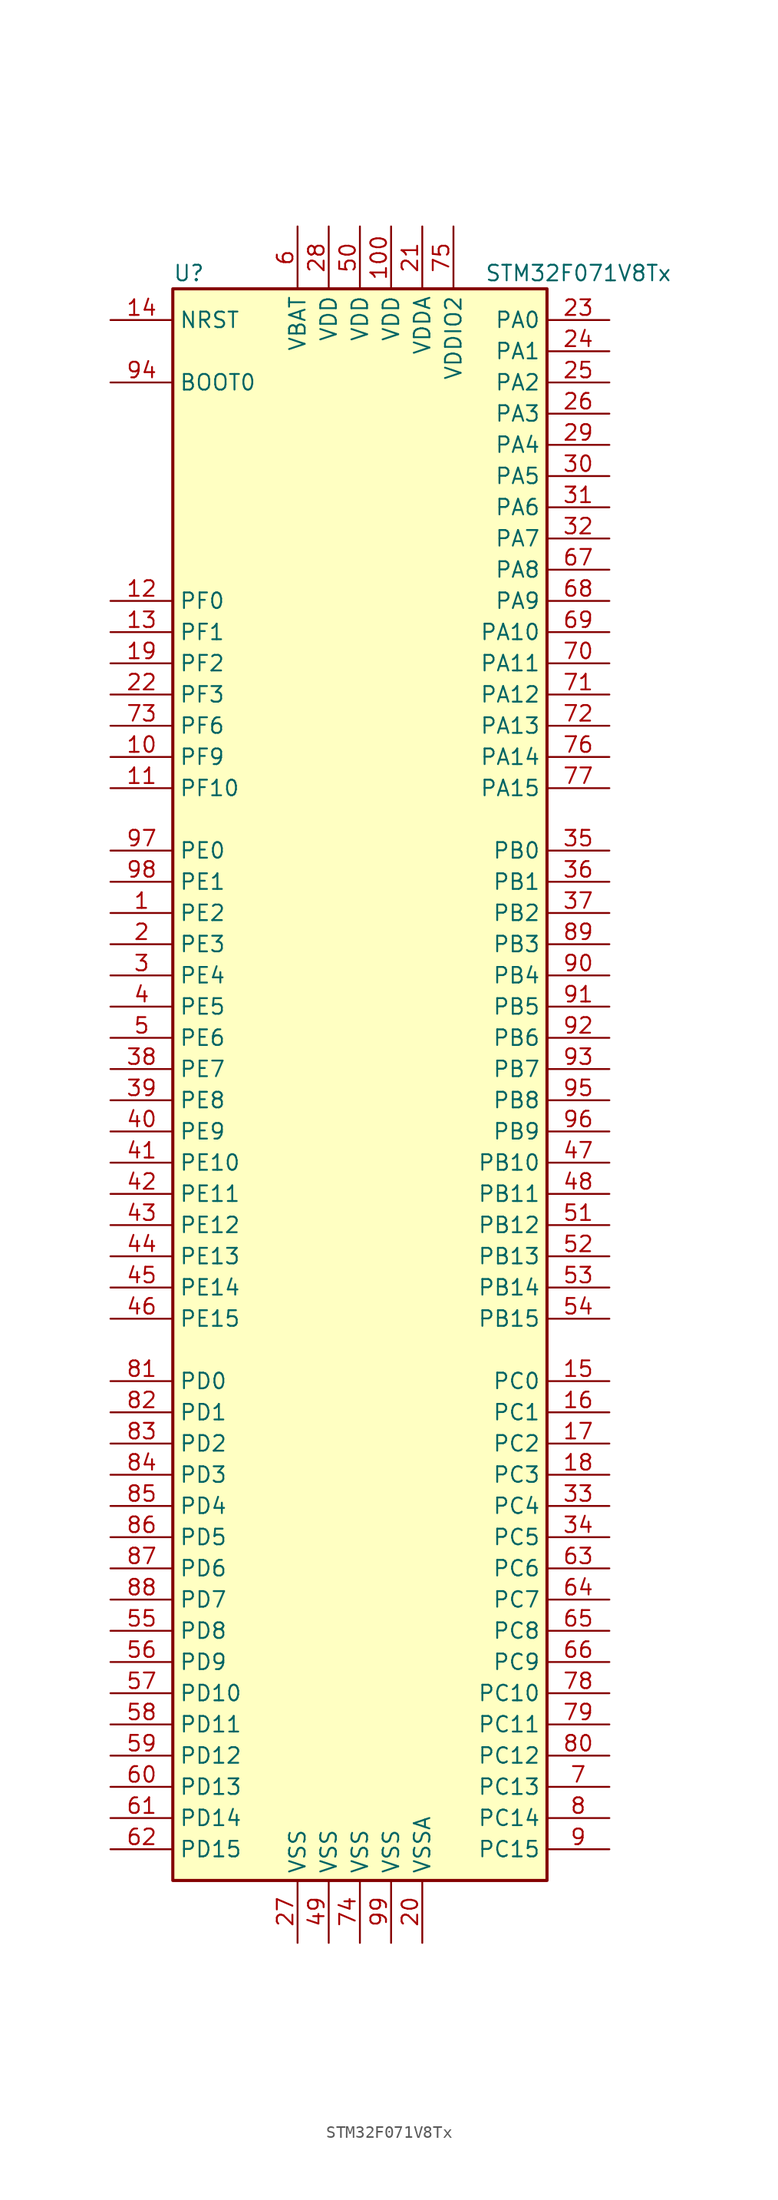
<source format=kicad_sym>
(kicad_symbol_lib
  (version 20201005)
  (generator kicad_symbol_editor)
  (symbol "STM32F071V8Tx"
    (property "Reference" "U"
      (at -15.24 64.77 0)
      (effects (font (size 1.27 1.27)) (justify left)))
    (property "Value" "STM32F071V8Tx"
      (at 10.16 64.77 0)
      (effects (font (size 1.27 1.27)) (justify left)))
    (symbol "STM32F071V8Tx_0_1"
      (rectangle (start -15.24 -66.04) (end 15.24 63.5) (stroke (width 0.254)) (fill (type background))))
    (symbol "STM32F071V8Tx_1_1"
      (pin input line (at -20.32 55.88 0) (length 5.08) (name "BOOT0" (effects (font (size 1.27 1.27)))) (number "94" (effects (font (size 1.27 1.27)))))
      (pin input line (at -20.32 60.96 0) (length 5.08) (name "NRST" (effects (font (size 1.27 1.27)))) (number "14" (effects (font (size 1.27 1.27)))))
      (pin bidirectional line (at 20.32 60.96 180) (length 5.08) (name "PA0" (effects (font (size 1.27 1.27)))) (number "23" (effects (font (size 1.27 1.27)))))
      (pin bidirectional line (at 20.32 58.42 180) (length 5.08) (name "PA1" (effects (font (size 1.27 1.27)))) (number "24" (effects (font (size 1.27 1.27)))))
      (pin bidirectional line (at 20.32 35.56 180) (length 5.08) (name "PA10" (effects (font (size 1.27 1.27)))) (number "69" (effects (font (size 1.27 1.27)))))
      (pin bidirectional line (at 20.32 33.02 180) (length 5.08) (name "PA11" (effects (font (size 1.27 1.27)))) (number "70" (effects (font (size 1.27 1.27)))))
      (pin bidirectional line (at 20.32 30.48 180) (length 5.08) (name "PA12" (effects (font (size 1.27 1.27)))) (number "71" (effects (font (size 1.27 1.27)))))
      (pin bidirectional line (at 20.32 27.94 180) (length 5.08) (name "PA13" (effects (font (size 1.27 1.27)))) (number "72" (effects (font (size 1.27 1.27)))))
      (pin bidirectional line (at 20.32 25.4 180) (length 5.08) (name "PA14" (effects (font (size 1.27 1.27)))) (number "76" (effects (font (size 1.27 1.27)))))
      (pin bidirectional line (at 20.32 22.86 180) (length 5.08) (name "PA15" (effects (font (size 1.27 1.27)))) (number "77" (effects (font (size 1.27 1.27)))))
      (pin bidirectional line (at 20.32 55.88 180) (length 5.08) (name "PA2" (effects (font (size 1.27 1.27)))) (number "25" (effects (font (size 1.27 1.27)))))
      (pin bidirectional line (at 20.32 53.34 180) (length 5.08) (name "PA3" (effects (font (size 1.27 1.27)))) (number "26" (effects (font (size 1.27 1.27)))))
      (pin bidirectional line (at 20.32 50.8 180) (length 5.08) (name "PA4" (effects (font (size 1.27 1.27)))) (number "29" (effects (font (size 1.27 1.27)))))
      (pin bidirectional line (at 20.32 48.26 180) (length 5.08) (name "PA5" (effects (font (size 1.27 1.27)))) (number "30" (effects (font (size 1.27 1.27)))))
      (pin bidirectional line (at 20.32 45.72 180) (length 5.08) (name "PA6" (effects (font (size 1.27 1.27)))) (number "31" (effects (font (size 1.27 1.27)))))
      (pin bidirectional line (at 20.32 43.18 180) (length 5.08) (name "PA7" (effects (font (size 1.27 1.27)))) (number "32" (effects (font (size 1.27 1.27)))))
      (pin bidirectional line (at 20.32 40.64 180) (length 5.08) (name "PA8" (effects (font (size 1.27 1.27)))) (number "67" (effects (font (size 1.27 1.27)))))
      (pin bidirectional line (at 20.32 38.1 180) (length 5.08) (name "PA9" (effects (font (size 1.27 1.27)))) (number "68" (effects (font (size 1.27 1.27)))))
      (pin bidirectional line (at 20.32 17.78 180) (length 5.08) (name "PB0" (effects (font (size 1.27 1.27)))) (number "35" (effects (font (size 1.27 1.27)))))
      (pin bidirectional line (at 20.32 15.24 180) (length 5.08) (name "PB1" (effects (font (size 1.27 1.27)))) (number "36" (effects (font (size 1.27 1.27)))))
      (pin bidirectional line (at 20.32 -7.62 180) (length 5.08) (name "PB10" (effects (font (size 1.27 1.27)))) (number "47" (effects (font (size 1.27 1.27)))))
      (pin bidirectional line (at 20.32 -10.16 180) (length 5.08) (name "PB11" (effects (font (size 1.27 1.27)))) (number "48" (effects (font (size 1.27 1.27)))))
      (pin bidirectional line (at 20.32 -12.7 180) (length 5.08) (name "PB12" (effects (font (size 1.27 1.27)))) (number "51" (effects (font (size 1.27 1.27)))))
      (pin bidirectional line (at 20.32 -15.24 180) (length 5.08) (name "PB13" (effects (font (size 1.27 1.27)))) (number "52" (effects (font (size 1.27 1.27)))))
      (pin bidirectional line (at 20.32 -17.78 180) (length 5.08) (name "PB14" (effects (font (size 1.27 1.27)))) (number "53" (effects (font (size 1.27 1.27)))))
      (pin bidirectional line (at 20.32 -20.32 180) (length 5.08) (name "PB15" (effects (font (size 1.27 1.27)))) (number "54" (effects (font (size 1.27 1.27)))))
      (pin bidirectional line (at 20.32 12.7 180) (length 5.08) (name "PB2" (effects (font (size 1.27 1.27)))) (number "37" (effects (font (size 1.27 1.27)))))
      (pin bidirectional line (at 20.32 10.16 180) (length 5.08) (name "PB3" (effects (font (size 1.27 1.27)))) (number "89" (effects (font (size 1.27 1.27)))))
      (pin bidirectional line (at 20.32 7.62 180) (length 5.08) (name "PB4" (effects (font (size 1.27 1.27)))) (number "90" (effects (font (size 1.27 1.27)))))
      (pin bidirectional line (at 20.32 5.08 180) (length 5.08) (name "PB5" (effects (font (size 1.27 1.27)))) (number "91" (effects (font (size 1.27 1.27)))))
      (pin bidirectional line (at 20.32 2.54 180) (length 5.08) (name "PB6" (effects (font (size 1.27 1.27)))) (number "92" (effects (font (size 1.27 1.27)))))
      (pin bidirectional line (at 20.32 0 180) (length 5.08) (name "PB7" (effects (font (size 1.27 1.27)))) (number "93" (effects (font (size 1.27 1.27)))))
      (pin bidirectional line (at 20.32 -2.54 180) (length 5.08) (name "PB8" (effects (font (size 1.27 1.27)))) (number "95" (effects (font (size 1.27 1.27)))))
      (pin bidirectional line (at 20.32 -5.08 180) (length 5.08) (name "PB9" (effects (font (size 1.27 1.27)))) (number "96" (effects (font (size 1.27 1.27)))))
      (pin bidirectional line (at 20.32 -25.4 180) (length 5.08) (name "PC0" (effects (font (size 1.27 1.27)))) (number "15" (effects (font (size 1.27 1.27)))))
      (pin bidirectional line (at 20.32 -27.94 180) (length 5.08) (name "PC1" (effects (font (size 1.27 1.27)))) (number "16" (effects (font (size 1.27 1.27)))))
      (pin bidirectional line (at 20.32 -50.8 180) (length 5.08) (name "PC10" (effects (font (size 1.27 1.27)))) (number "78" (effects (font (size 1.27 1.27)))))
      (pin bidirectional line (at 20.32 -53.34 180) (length 5.08) (name "PC11" (effects (font (size 1.27 1.27)))) (number "79" (effects (font (size 1.27 1.27)))))
      (pin bidirectional line (at 20.32 -55.88 180) (length 5.08) (name "PC12" (effects (font (size 1.27 1.27)))) (number "80" (effects (font (size 1.27 1.27)))))
      (pin bidirectional line (at 20.32 -58.42 180) (length 5.08) (name "PC13" (effects (font (size 1.27 1.27)))) (number "7" (effects (font (size 1.27 1.27)))))
      (pin bidirectional line (at 20.32 -60.96 180) (length 5.08) (name "PC14" (effects (font (size 1.27 1.27)))) (number "8" (effects (font (size 1.27 1.27)))))
      (pin bidirectional line (at 20.32 -63.5 180) (length 5.08) (name "PC15" (effects (font (size 1.27 1.27)))) (number "9" (effects (font (size 1.27 1.27)))))
      (pin bidirectional line (at 20.32 -30.48 180) (length 5.08) (name "PC2" (effects (font (size 1.27 1.27)))) (number "17" (effects (font (size 1.27 1.27)))))
      (pin bidirectional line (at 20.32 -33.02 180) (length 5.08) (name "PC3" (effects (font (size 1.27 1.27)))) (number "18" (effects (font (size 1.27 1.27)))))
      (pin bidirectional line (at 20.32 -35.56 180) (length 5.08) (name "PC4" (effects (font (size 1.27 1.27)))) (number "33" (effects (font (size 1.27 1.27)))))
      (pin bidirectional line (at 20.32 -38.1 180) (length 5.08) (name "PC5" (effects (font (size 1.27 1.27)))) (number "34" (effects (font (size 1.27 1.27)))))
      (pin bidirectional line (at 20.32 -40.64 180) (length 5.08) (name "PC6" (effects (font (size 1.27 1.27)))) (number "63" (effects (font (size 1.27 1.27)))))
      (pin bidirectional line (at 20.32 -43.18 180) (length 5.08) (name "PC7" (effects (font (size 1.27 1.27)))) (number "64" (effects (font (size 1.27 1.27)))))
      (pin bidirectional line (at 20.32 -45.72 180) (length 5.08) (name "PC8" (effects (font (size 1.27 1.27)))) (number "65" (effects (font (size 1.27 1.27)))))
      (pin bidirectional line (at 20.32 -48.26 180) (length 5.08) (name "PC9" (effects (font (size 1.27 1.27)))) (number "66" (effects (font (size 1.27 1.27)))))
      (pin bidirectional line (at -20.32 -25.4 0) (length 5.08) (name "PD0" (effects (font (size 1.27 1.27)))) (number "81" (effects (font (size 1.27 1.27)))))
      (pin bidirectional line (at -20.32 -27.94 0) (length 5.08) (name "PD1" (effects (font (size 1.27 1.27)))) (number "82" (effects (font (size 1.27 1.27)))))
      (pin bidirectional line (at -20.32 -50.8 0) (length 5.08) (name "PD10" (effects (font (size 1.27 1.27)))) (number "57" (effects (font (size 1.27 1.27)))))
      (pin bidirectional line (at -20.32 -53.34 0) (length 5.08) (name "PD11" (effects (font (size 1.27 1.27)))) (number "58" (effects (font (size 1.27 1.27)))))
      (pin bidirectional line (at -20.32 -55.88 0) (length 5.08) (name "PD12" (effects (font (size 1.27 1.27)))) (number "59" (effects (font (size 1.27 1.27)))))
      (pin bidirectional line (at -20.32 -58.42 0) (length 5.08) (name "PD13" (effects (font (size 1.27 1.27)))) (number "60" (effects (font (size 1.27 1.27)))))
      (pin bidirectional line (at -20.32 -60.96 0) (length 5.08) (name "PD14" (effects (font (size 1.27 1.27)))) (number "61" (effects (font (size 1.27 1.27)))))
      (pin bidirectional line (at -20.32 -63.5 0) (length 5.08) (name "PD15" (effects (font (size 1.27 1.27)))) (number "62" (effects (font (size 1.27 1.27)))))
      (pin bidirectional line (at -20.32 -30.48 0) (length 5.08) (name "PD2" (effects (font (size 1.27 1.27)))) (number "83" (effects (font (size 1.27 1.27)))))
      (pin bidirectional line (at -20.32 -33.02 0) (length 5.08) (name "PD3" (effects (font (size 1.27 1.27)))) (number "84" (effects (font (size 1.27 1.27)))))
      (pin bidirectional line (at -20.32 -35.56 0) (length 5.08) (name "PD4" (effects (font (size 1.27 1.27)))) (number "85" (effects (font (size 1.27 1.27)))))
      (pin bidirectional line (at -20.32 -38.1 0) (length 5.08) (name "PD5" (effects (font (size 1.27 1.27)))) (number "86" (effects (font (size 1.27 1.27)))))
      (pin bidirectional line (at -20.32 -40.64 0) (length 5.08) (name "PD6" (effects (font (size 1.27 1.27)))) (number "87" (effects (font (size 1.27 1.27)))))
      (pin bidirectional line (at -20.32 -43.18 0) (length 5.08) (name "PD7" (effects (font (size 1.27 1.27)))) (number "88" (effects (font (size 1.27 1.27)))))
      (pin bidirectional line (at -20.32 -45.72 0) (length 5.08) (name "PD8" (effects (font (size 1.27 1.27)))) (number "55" (effects (font (size 1.27 1.27)))))
      (pin bidirectional line (at -20.32 -48.26 0) (length 5.08) (name "PD9" (effects (font (size 1.27 1.27)))) (number "56" (effects (font (size 1.27 1.27)))))
      (pin bidirectional line (at -20.32 17.78 0) (length 5.08) (name "PE0" (effects (font (size 1.27 1.27)))) (number "97" (effects (font (size 1.27 1.27)))))
      (pin bidirectional line (at -20.32 15.24 0) (length 5.08) (name "PE1" (effects (font (size 1.27 1.27)))) (number "98" (effects (font (size 1.27 1.27)))))
      (pin bidirectional line (at -20.32 -7.62 0) (length 5.08) (name "PE10" (effects (font (size 1.27 1.27)))) (number "41" (effects (font (size 1.27 1.27)))))
      (pin bidirectional line (at -20.32 -10.16 0) (length 5.08) (name "PE11" (effects (font (size 1.27 1.27)))) (number "42" (effects (font (size 1.27 1.27)))))
      (pin bidirectional line (at -20.32 -12.7 0) (length 5.08) (name "PE12" (effects (font (size 1.27 1.27)))) (number "43" (effects (font (size 1.27 1.27)))))
      (pin bidirectional line (at -20.32 -15.24 0) (length 5.08) (name "PE13" (effects (font (size 1.27 1.27)))) (number "44" (effects (font (size 1.27 1.27)))))
      (pin bidirectional line (at -20.32 -17.78 0) (length 5.08) (name "PE14" (effects (font (size 1.27 1.27)))) (number "45" (effects (font (size 1.27 1.27)))))
      (pin bidirectional line (at -20.32 -20.32 0) (length 5.08) (name "PE15" (effects (font (size 1.27 1.27)))) (number "46" (effects (font (size 1.27 1.27)))))
      (pin bidirectional line (at -20.32 12.7 0) (length 5.08) (name "PE2" (effects (font (size 1.27 1.27)))) (number "1" (effects (font (size 1.27 1.27)))))
      (pin bidirectional line (at -20.32 10.16 0) (length 5.08) (name "PE3" (effects (font (size 1.27 1.27)))) (number "2" (effects (font (size 1.27 1.27)))))
      (pin bidirectional line (at -20.32 7.62 0) (length 5.08) (name "PE4" (effects (font (size 1.27 1.27)))) (number "3" (effects (font (size 1.27 1.27)))))
      (pin bidirectional line (at -20.32 5.08 0) (length 5.08) (name "PE5" (effects (font (size 1.27 1.27)))) (number "4" (effects (font (size 1.27 1.27)))))
      (pin bidirectional line (at -20.32 2.54 0) (length 5.08) (name "PE6" (effects (font (size 1.27 1.27)))) (number "5" (effects (font (size 1.27 1.27)))))
      (pin bidirectional line (at -20.32 0 0) (length 5.08) (name "PE7" (effects (font (size 1.27 1.27)))) (number "38" (effects (font (size 1.27 1.27)))))
      (pin bidirectional line (at -20.32 -2.54 0) (length 5.08) (name "PE8" (effects (font (size 1.27 1.27)))) (number "39" (effects (font (size 1.27 1.27)))))
      (pin bidirectional line (at -20.32 -5.08 0) (length 5.08) (name "PE9" (effects (font (size 1.27 1.27)))) (number "40" (effects (font (size 1.27 1.27)))))
      (pin input line (at -20.32 38.1 0) (length 5.08) (name "PF0" (effects (font (size 1.27 1.27)))) (number "12" (effects (font (size 1.27 1.27)))))
      (pin input line (at -20.32 35.56 0) (length 5.08) (name "PF1" (effects (font (size 1.27 1.27)))) (number "13" (effects (font (size 1.27 1.27)))))
      (pin bidirectional line (at -20.32 22.86 0) (length 5.08) (name "PF10" (effects (font (size 1.27 1.27)))) (number "11" (effects (font (size 1.27 1.27)))))
      (pin bidirectional line (at -20.32 33.02 0) (length 5.08) (name "PF2" (effects (font (size 1.27 1.27)))) (number "19" (effects (font (size 1.27 1.27)))))
      (pin bidirectional line (at -20.32 30.48 0) (length 5.08) (name "PF3" (effects (font (size 1.27 1.27)))) (number "22" (effects (font (size 1.27 1.27)))))
      (pin bidirectional line (at -20.32 27.94 0) (length 5.08) (name "PF6" (effects (font (size 1.27 1.27)))) (number "73" (effects (font (size 1.27 1.27)))))
      (pin bidirectional line (at -20.32 25.4 0) (length 5.08) (name "PF9" (effects (font (size 1.27 1.27)))) (number "10" (effects (font (size 1.27 1.27)))))
      (pin power_in line (at -5.08 68.58 270) (length 5.08) (name "VBAT" (effects (font (size 1.27 1.27)))) (number "6" (effects (font (size 1.27 1.27)))))
      (pin power_in line (at 2.54 68.58 270) (length 5.08) (name "VDD" (effects (font (size 1.27 1.27)))) (number "100" (effects (font (size 1.27 1.27)))))
      (pin power_in line (at -2.54 68.58 270) (length 5.08) (name "VDD" (effects (font (size 1.27 1.27)))) (number "28" (effects (font (size 1.27 1.27)))))
      (pin power_in line (at 0 68.58 270) (length 5.08) (name "VDD" (effects (font (size 1.27 1.27)))) (number "50" (effects (font (size 1.27 1.27)))))
      (pin power_in line (at 5.08 68.58 270) (length 5.08) (name "VDDA" (effects (font (size 1.27 1.27)))) (number "21" (effects (font (size 1.27 1.27)))))
      (pin power_in line (at 7.62 68.58 270) (length 5.08) (name "VDDIO2" (effects (font (size 1.27 1.27)))) (number "75" (effects (font (size 1.27 1.27)))))
      (pin power_in line (at -5.08 -71.12 90) (length 5.08) (name "VSS" (effects (font (size 1.27 1.27)))) (number "27" (effects (font (size 1.27 1.27)))))
      (pin power_in line (at -2.54 -71.12 90) (length 5.08) (name "VSS" (effects (font (size 1.27 1.27)))) (number "49" (effects (font (size 1.27 1.27)))))
      (pin power_in line (at 0 -71.12 90) (length 5.08) (name "VSS" (effects (font (size 1.27 1.27)))) (number "74" (effects (font (size 1.27 1.27)))))
      (pin power_in line (at 2.54 -71.12 90) (length 5.08) (name "VSS" (effects (font (size 1.27 1.27)))) (number "99" (effects (font (size 1.27 1.27)))))
      (pin power_in line (at 5.08 -71.12 90) (length 5.08) (name "VSSA" (effects (font (size 1.27 1.27)))) (number "20" (effects (font (size 1.27 1.27))))))))
</source>
